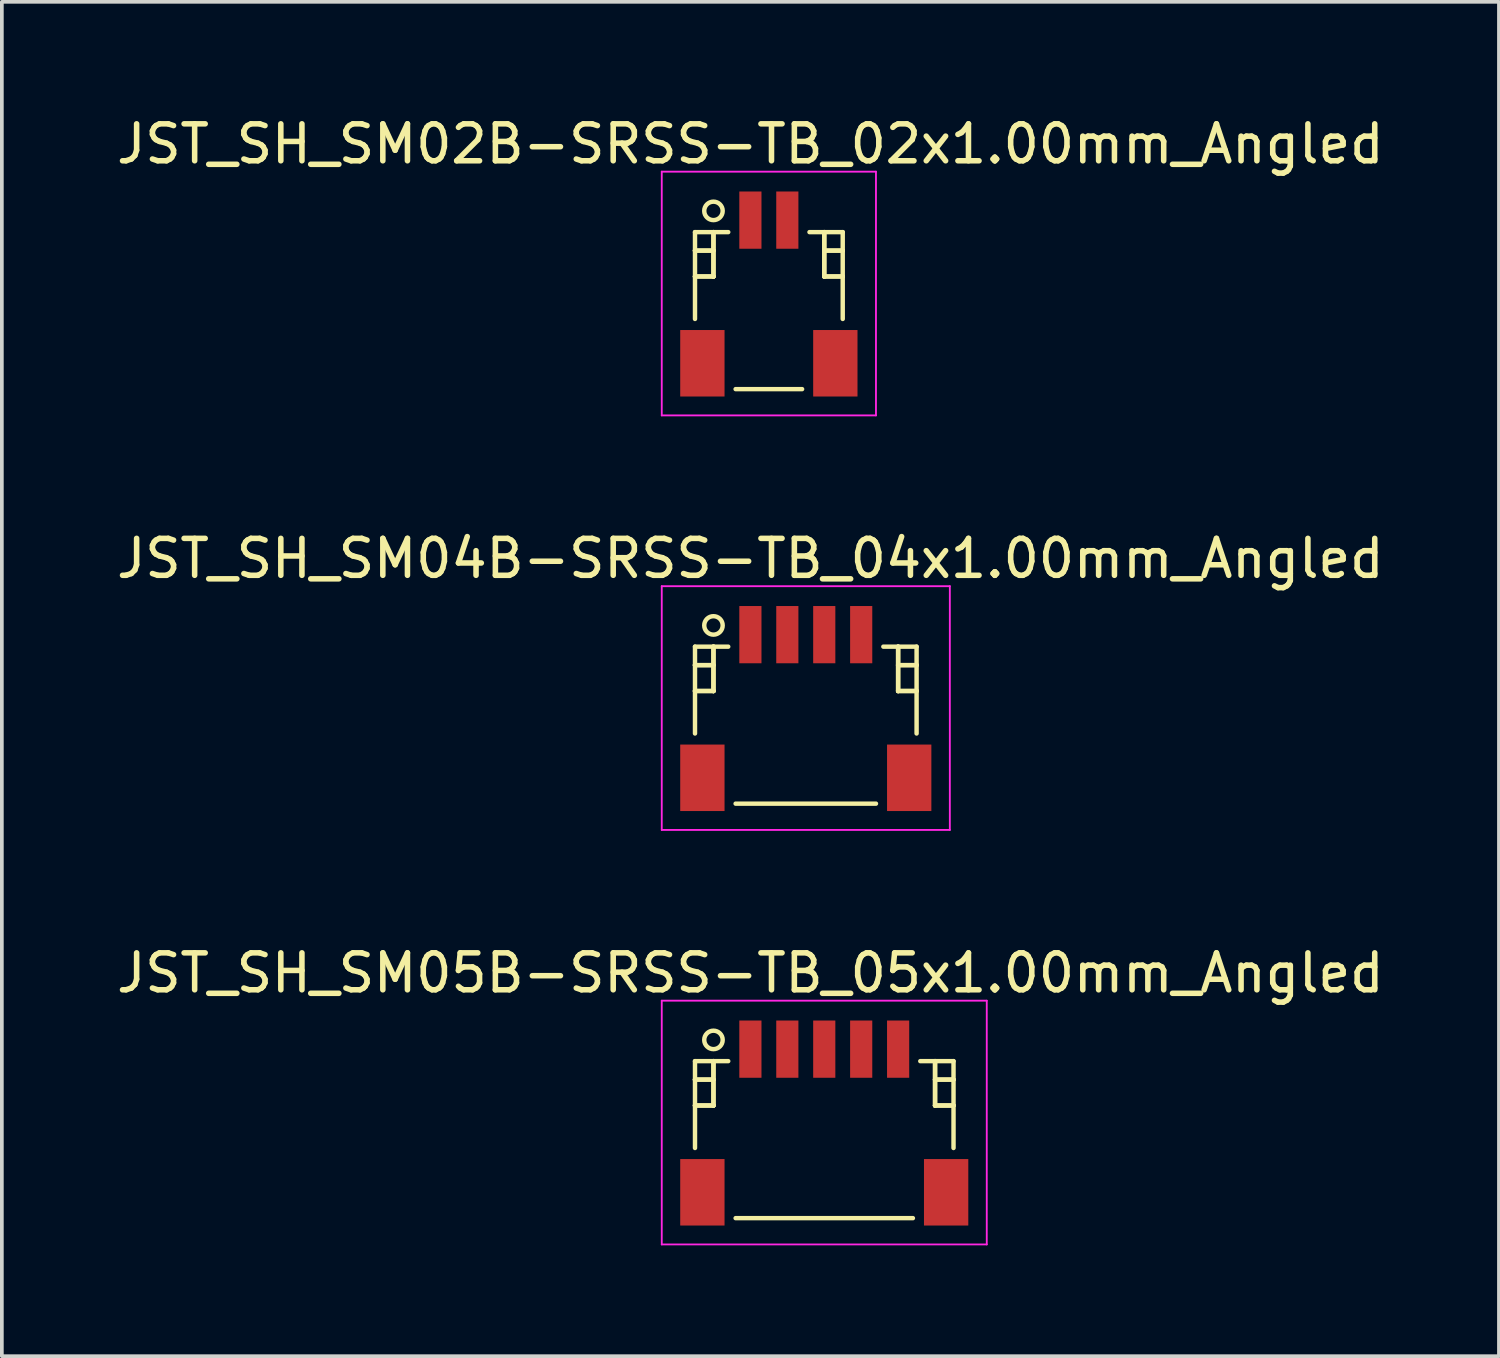
<source format=kicad_pcb>
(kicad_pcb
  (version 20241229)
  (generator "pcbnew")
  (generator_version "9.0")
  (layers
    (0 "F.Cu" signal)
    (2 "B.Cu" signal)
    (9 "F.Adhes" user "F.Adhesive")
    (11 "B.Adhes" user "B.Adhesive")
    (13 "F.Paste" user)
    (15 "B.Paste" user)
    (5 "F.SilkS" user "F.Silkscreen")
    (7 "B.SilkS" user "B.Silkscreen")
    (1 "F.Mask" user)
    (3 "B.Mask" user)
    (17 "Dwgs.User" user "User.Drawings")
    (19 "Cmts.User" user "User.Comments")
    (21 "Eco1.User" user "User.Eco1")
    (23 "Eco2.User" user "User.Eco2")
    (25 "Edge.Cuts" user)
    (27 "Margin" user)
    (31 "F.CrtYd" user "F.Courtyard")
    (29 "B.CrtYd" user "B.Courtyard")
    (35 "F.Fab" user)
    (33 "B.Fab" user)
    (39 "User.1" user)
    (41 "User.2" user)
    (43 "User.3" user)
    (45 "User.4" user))
  (footprint "JST_SH_SM04B-SRSS-TB_04x1.00mm_Angled"
    (layer "F.Cu")
    (at 18.768 16.072)
    (property "Reference" "JST_SH_SM04B-SRSS-TB_04x1.00mm_Angled" (at -1.5 -4 0) (layer "F.SilkS") (effects (font (size 1 1) (thickness 0.15))))
    (attr smd)
    (fp_line (start -3 -1.613) (end -2.1 -1.613) (stroke (width 0.12) (type solid)) (layer "F.SilkS"))
    (fp_line (start -3 -1.113) (end -3 -1.113) (stroke (width 0.12) (type solid)) (layer "F.SilkS"))
    (fp_line (start -3 -1.113) (end -2.5 -1.113) (stroke (width 0.12) (type solid)) (layer "F.SilkS"))
    (fp_line (start -3 -0.412) (end -3 -0.412) (stroke (width 0.12) (type solid)) (layer "F.SilkS"))
    (fp_line (start -3 -0.412) (end -2.5 -0.412) (stroke (width 0.12) (type solid)) (layer "F.SilkS"))
    (fp_line (start -3 0.738) (end -3 -1.613) (stroke (width 0.12) (type solid)) (layer "F.SilkS"))
    (fp_line (start -2.5 -1.613) (end -2.5 -1.613) (stroke (width 0.12) (type solid)) (layer "F.SilkS"))
    (fp_line (start -2.5 -1.613) (end -2.5 -0.412) (stroke (width 0.12) (type solid)) (layer "F.SilkS"))
    (fp_line (start -2.5 -1.113) (end -3 -1.113) (stroke (width 0.12) (type solid)) (layer "F.SilkS"))
    (fp_line (start -2.5 -1.113) (end -2.5 -1.113) (stroke (width 0.12) (type solid)) (layer "F.SilkS"))
    (fp_line (start -2.5 -0.412) (end -3 -0.412) (stroke (width 0.12) (type solid)) (layer "F.SilkS"))
    (fp_line (start -2.5 -0.412) (end -2.5 -1.613) (stroke (width 0.12) (type solid)) (layer "F.SilkS"))
    (fp_line (start -2.5 -0.412) (end -2.5 -0.412) (stroke (width 0.12) (type solid)) (layer "F.SilkS"))
    (fp_line (start -2.5 -0.412) (end -2.5 -0.412) (stroke (width 0.12) (type solid)) (layer "F.SilkS"))
    (fp_line (start -1.9 2.638) (end 1.9 2.638) (stroke (width 0.12) (type solid)) (layer "F.SilkS"))
    (fp_line (start 2.5 -1.613) (end 2.5 -1.613) (stroke (width 0.12) (type solid)) (layer "F.SilkS"))
    (fp_line (start 2.5 -1.613) (end 2.5 -0.412) (stroke (width 0.12) (type solid)) (layer "F.SilkS"))
    (fp_line (start 2.5 -1.113) (end 2.5 -1.113) (stroke (width 0.12) (type solid)) (layer "F.SilkS"))
    (fp_line (start 2.5 -1.113) (end 3 -1.113) (stroke (width 0.12) (type solid)) (layer "F.SilkS"))
    (fp_line (start 2.5 -0.412) (end 2.5 -1.613) (stroke (width 0.12) (type solid)) (layer "F.SilkS"))
    (fp_line (start 2.5 -0.412) (end 2.5 -0.412) (stroke (width 0.12) (type solid)) (layer "F.SilkS"))
    (fp_line (start 2.5 -0.412) (end 2.5 -0.412) (stroke (width 0.12) (type solid)) (layer "F.SilkS"))
    (fp_line (start 2.5 -0.412) (end 3 -0.412) (stroke (width 0.12) (type solid)) (layer "F.SilkS"))
    (fp_line (start 3 -1.613) (end 2.1 -1.613) (stroke (width 0.12) (type solid)) (layer "F.SilkS"))
    (fp_line (start 3 -1.113) (end 2.5 -1.113) (stroke (width 0.12) (type solid)) (layer "F.SilkS"))
    (fp_line (start 3 -1.113) (end 3 -1.113) (stroke (width 0.12) (type solid)) (layer "F.SilkS"))
    (fp_line (start 3 -0.412) (end 2.5 -0.412) (stroke (width 0.12) (type solid)) (layer "F.SilkS"))
    (fp_line (start 3 -0.412) (end 3 -0.412) (stroke (width 0.12) (type solid)) (layer "F.SilkS"))
    (fp_line (start 3 0.738) (end 3 -1.613) (stroke (width 0.12) (type solid)) (layer "F.SilkS"))
    (fp_circle (center -2.5 -2.188) (end -2.25 -2.188) (stroke (width 0.12) (type solid)) (fill no) (layer "F.SilkS"))
    (fp_line (start -3.9 -3.25) (end 3.9 -3.25) (stroke (width 0.05) (type solid)) (layer "F.CrtYd"))
    (fp_line (start -3.9 3.35) (end -3.9 -3.25) (stroke (width 0.05) (type solid)) (layer "F.CrtYd"))
    (fp_line (start 3.9 -3.25) (end 3.9 3.35) (stroke (width 0.05) (type solid)) (layer "F.CrtYd"))
    (fp_line (start 3.9 3.35) (end -3.9 3.35) (stroke (width 0.05) (type solid)) (layer "F.CrtYd"))
    (pad "" smd rect (at -2.8 1.938) (size 1.2 1.8) (layers "F.Cu" "F.Mask" "F.Paste"))
    (pad "" smd rect (at 2.8 1.938) (size 1.2 1.8) (layers "F.Cu" "F.Mask" "F.Paste"))
    (pad "1" smd rect (at -1.5 -1.938) (size 0.6 1.55) (layers "F.Cu" "F.Mask" "F.Paste"))
    (pad "2" smd rect (at -0.5 -1.938) (size 0.6 1.55) (layers "F.Cu" "F.Mask" "F.Paste"))
    (pad "3" smd rect (at 0.5 -1.938) (size 0.6 1.55) (layers "F.Cu" "F.Mask" "F.Paste"))
    (pad "4" smd rect (at 1.5 -1.938) (size 0.6 1.55) (layers "F.Cu" "F.Mask" "F.Paste")))
  (footprint "JST_SH_SM02B-SRSS-TB_02x1.00mm_Angled"
    (layer "F.Cu")
    (at 17.768 4.848)
    (property "Reference" "JST_SH_SM02B-SRSS-TB_02x1.00mm_Angled" (at -0.5 -4 0) (layer "F.SilkS") (effects (font (size 1 1) (thickness 0.15))))
    (attr smd)
    (fp_line (start -2 -1.613) (end -1.1 -1.613) (stroke (width 0.12) (type solid)) (layer "F.SilkS"))
    (fp_line (start -2 -1.113) (end -2 -1.113) (stroke (width 0.12) (type solid)) (layer "F.SilkS"))
    (fp_line (start -2 -1.113) (end -1.5 -1.113) (stroke (width 0.12) (type solid)) (layer "F.SilkS"))
    (fp_line (start -2 -0.412) (end -2 -0.412) (stroke (width 0.12) (type solid)) (layer "F.SilkS"))
    (fp_line (start -2 -0.412) (end -1.5 -0.412) (stroke (width 0.12) (type solid)) (layer "F.SilkS"))
    (fp_line (start -2 0.738) (end -2 -1.613) (stroke (width 0.12) (type solid)) (layer "F.SilkS"))
    (fp_line (start -1.5 -1.613) (end -1.5 -1.613) (stroke (width 0.12) (type solid)) (layer "F.SilkS"))
    (fp_line (start -1.5 -1.613) (end -1.5 -0.412) (stroke (width 0.12) (type solid)) (layer "F.SilkS"))
    (fp_line (start -1.5 -1.113) (end -2 -1.113) (stroke (width 0.12) (type solid)) (layer "F.SilkS"))
    (fp_line (start -1.5 -1.113) (end -1.5 -1.113) (stroke (width 0.12) (type solid)) (layer "F.SilkS"))
    (fp_line (start -1.5 -0.412) (end -2 -0.412) (stroke (width 0.12) (type solid)) (layer "F.SilkS"))
    (fp_line (start -1.5 -0.412) (end -1.5 -1.613) (stroke (width 0.12) (type solid)) (layer "F.SilkS"))
    (fp_line (start -1.5 -0.412) (end -1.5 -0.412) (stroke (width 0.12) (type solid)) (layer "F.SilkS"))
    (fp_line (start -1.5 -0.412) (end -1.5 -0.412) (stroke (width 0.12) (type solid)) (layer "F.SilkS"))
    (fp_line (start -0.9 2.638) (end 0.9 2.638) (stroke (width 0.12) (type solid)) (layer "F.SilkS"))
    (fp_line (start 1.5 -1.613) (end 1.5 -1.613) (stroke (width 0.12) (type solid)) (layer "F.SilkS"))
    (fp_line (start 1.5 -1.613) (end 1.5 -0.412) (stroke (width 0.12) (type solid)) (layer "F.SilkS"))
    (fp_line (start 1.5 -1.113) (end 1.5 -1.113) (stroke (width 0.12) (type solid)) (layer "F.SilkS"))
    (fp_line (start 1.5 -1.113) (end 2 -1.113) (stroke (width 0.12) (type solid)) (layer "F.SilkS"))
    (fp_line (start 1.5 -0.412) (end 1.5 -1.613) (stroke (width 0.12) (type solid)) (layer "F.SilkS"))
    (fp_line (start 1.5 -0.412) (end 1.5 -0.412) (stroke (width 0.12) (type solid)) (layer "F.SilkS"))
    (fp_line (start 1.5 -0.412) (end 1.5 -0.412) (stroke (width 0.12) (type solid)) (layer "F.SilkS"))
    (fp_line (start 1.5 -0.412) (end 2 -0.412) (stroke (width 0.12) (type solid)) (layer "F.SilkS"))
    (fp_line (start 2 -1.613) (end 1.1 -1.613) (stroke (width 0.12) (type solid)) (layer "F.SilkS"))
    (fp_line (start 2 -1.113) (end 1.5 -1.113) (stroke (width 0.12) (type solid)) (layer "F.SilkS"))
    (fp_line (start 2 -1.113) (end 2 -1.113) (stroke (width 0.12) (type solid)) (layer "F.SilkS"))
    (fp_line (start 2 -0.412) (end 1.5 -0.412) (stroke (width 0.12) (type solid)) (layer "F.SilkS"))
    (fp_line (start 2 -0.412) (end 2 -0.412) (stroke (width 0.12) (type solid)) (layer "F.SilkS"))
    (fp_line (start 2 0.738) (end 2 -1.613) (stroke (width 0.12) (type solid)) (layer "F.SilkS"))
    (fp_circle (center -1.5 -2.188) (end -1.25 -2.188) (stroke (width 0.12) (type solid)) (fill no) (layer "F.SilkS"))
    (fp_line (start -2.9 -3.25) (end 2.9 -3.25) (stroke (width 0.05) (type solid)) (layer "F.CrtYd"))
    (fp_line (start -2.9 3.35) (end -2.9 -3.25) (stroke (width 0.05) (type solid)) (layer "F.CrtYd"))
    (fp_line (start 2.9 -3.25) (end 2.9 3.35) (stroke (width 0.05) (type solid)) (layer "F.CrtYd"))
    (fp_line (start 2.9 3.35) (end -2.9 3.35) (stroke (width 0.05) (type solid)) (layer "F.CrtYd"))
    (pad "" smd rect (at -1.8 1.938) (size 1.2 1.8) (layers "F.Cu" "F.Mask" "F.Paste"))
    (pad "" smd rect (at 1.8 1.938) (size 1.2 1.8) (layers "F.Cu" "F.Mask" "F.Paste"))
    (pad "1" smd rect (at -0.5 -1.938) (size 0.6 1.55) (layers "F.Cu" "F.Mask" "F.Paste"))
    (pad "2" smd rect (at 0.5 -1.938) (size 0.6 1.55) (layers "F.Cu" "F.Mask" "F.Paste")))
  (footprint "JST_SH_SM05B-SRSS-TB_05x1.00mm_Angled"
    (layer "F.Cu")
    (at 19.268 27.295)
    (property "Reference" "JST_SH_SM05B-SRSS-TB_05x1.00mm_Angled" (at -2 -4 0) (layer "F.SilkS") (effects (font (size 1 1) (thickness 0.15))))
    (attr smd)
    (fp_line (start -3.5 -1.613) (end -2.6 -1.613) (stroke (width 0.12) (type solid)) (layer "F.SilkS"))
    (fp_line (start -3.5 -1.113) (end -3.5 -1.113) (stroke (width 0.12) (type solid)) (layer "F.SilkS"))
    (fp_line (start -3.5 -1.113) (end -3 -1.113) (stroke (width 0.12) (type solid)) (layer "F.SilkS"))
    (fp_line (start -3.5 -0.412) (end -3.5 -0.412) (stroke (width 0.12) (type solid)) (layer "F.SilkS"))
    (fp_line (start -3.5 -0.412) (end -3 -0.412) (stroke (width 0.12) (type solid)) (layer "F.SilkS"))
    (fp_line (start -3.5 0.738) (end -3.5 -1.613) (stroke (width 0.12) (type solid)) (layer "F.SilkS"))
    (fp_line (start -3 -1.613) (end -3 -1.613) (stroke (width 0.12) (type solid)) (layer "F.SilkS"))
    (fp_line (start -3 -1.613) (end -3 -0.412) (stroke (width 0.12) (type solid)) (layer "F.SilkS"))
    (fp_line (start -3 -1.113) (end -3.5 -1.113) (stroke (width 0.12) (type solid)) (layer "F.SilkS"))
    (fp_line (start -3 -1.113) (end -3 -1.113) (stroke (width 0.12) (type solid)) (layer "F.SilkS"))
    (fp_line (start -3 -0.412) (end -3.5 -0.412) (stroke (width 0.12) (type solid)) (layer "F.SilkS"))
    (fp_line (start -3 -0.412) (end -3 -1.613) (stroke (width 0.12) (type solid)) (layer "F.SilkS"))
    (fp_line (start -3 -0.412) (end -3 -0.412) (stroke (width 0.12) (type solid)) (layer "F.SilkS"))
    (fp_line (start -3 -0.412) (end -3 -0.412) (stroke (width 0.12) (type solid)) (layer "F.SilkS"))
    (fp_line (start -2.4 2.638) (end 2.4 2.638) (stroke (width 0.12) (type solid)) (layer "F.SilkS"))
    (fp_line (start 3 -1.613) (end 3 -1.613) (stroke (width 0.12) (type solid)) (layer "F.SilkS"))
    (fp_line (start 3 -1.613) (end 3 -0.412) (stroke (width 0.12) (type solid)) (layer "F.SilkS"))
    (fp_line (start 3 -1.113) (end 3 -1.113) (stroke (width 0.12) (type solid)) (layer "F.SilkS"))
    (fp_line (start 3 -1.113) (end 3.5 -1.113) (stroke (width 0.12) (type solid)) (layer "F.SilkS"))
    (fp_line (start 3 -0.412) (end 3 -1.613) (stroke (width 0.12) (type solid)) (layer "F.SilkS"))
    (fp_line (start 3 -0.412) (end 3 -0.412) (stroke (width 0.12) (type solid)) (layer "F.SilkS"))
    (fp_line (start 3 -0.412) (end 3 -0.412) (stroke (width 0.12) (type solid)) (layer "F.SilkS"))
    (fp_line (start 3 -0.412) (end 3.5 -0.412) (stroke (width 0.12) (type solid)) (layer "F.SilkS"))
    (fp_line (start 3.5 -1.613) (end 2.6 -1.613) (stroke (width 0.12) (type solid)) (layer "F.SilkS"))
    (fp_line (start 3.5 -1.113) (end 3 -1.113) (stroke (width 0.12) (type solid)) (layer "F.SilkS"))
    (fp_line (start 3.5 -1.113) (end 3.5 -1.113) (stroke (width 0.12) (type solid)) (layer "F.SilkS"))
    (fp_line (start 3.5 -0.412) (end 3 -0.412) (stroke (width 0.12) (type solid)) (layer "F.SilkS"))
    (fp_line (start 3.5 -0.412) (end 3.5 -0.412) (stroke (width 0.12) (type solid)) (layer "F.SilkS"))
    (fp_line (start 3.5 0.738) (end 3.5 -1.613) (stroke (width 0.12) (type solid)) (layer "F.SilkS"))
    (fp_circle (center -3 -2.188) (end -2.75 -2.188) (stroke (width 0.12) (type solid)) (fill no) (layer "F.SilkS"))
    (fp_line (start -4.4 -3.25) (end 4.4 -3.25) (stroke (width 0.05) (type solid)) (layer "F.CrtYd"))
    (fp_line (start -4.4 3.35) (end -4.4 -3.25) (stroke (width 0.05) (type solid)) (layer "F.CrtYd"))
    (fp_line (start 4.4 -3.25) (end 4.4 3.35) (stroke (width 0.05) (type solid)) (layer "F.CrtYd"))
    (fp_line (start 4.4 3.35) (end -4.4 3.35) (stroke (width 0.05) (type solid)) (layer "F.CrtYd"))
    (pad "" smd rect (at -3.3 1.938) (size 1.2 1.8) (layers "F.Cu" "F.Mask" "F.Paste"))
    (pad "" smd rect (at 3.3 1.938) (size 1.2 1.8) (layers "F.Cu" "F.Mask" "F.Paste"))
    (pad "1" smd rect (at -2 -1.938) (size 0.6 1.55) (layers "F.Cu" "F.Mask" "F.Paste"))
    (pad "2" smd rect (at -1 -1.938) (size 0.6 1.55) (layers "F.Cu" "F.Mask" "F.Paste"))
    (pad "3" smd rect (at 0 -1.938) (size 0.6 1.55) (layers "F.Cu" "F.Mask" "F.Paste"))
    (pad "4" smd rect (at 1 -1.938) (size 0.6 1.55) (layers "F.Cu" "F.Mask" "F.Paste"))
    (pad "5" smd rect (at 2 -1.938) (size 0.6 1.55) (layers "F.Cu" "F.Mask" "F.Paste")))
  (gr_rect
    (start -3 -3)
    (end 37.536 33.67)
    (stroke (width 0.1) (type default))
    (fill no)
    (layer "Edge.Cuts")))
</source>
